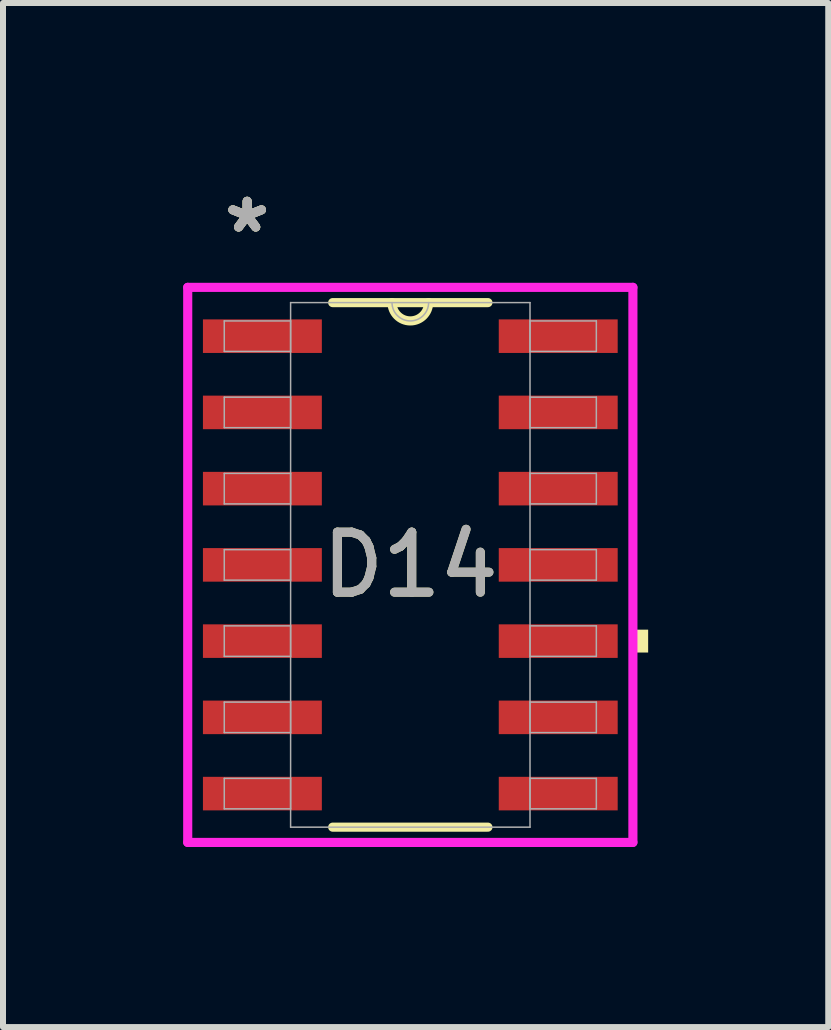
<source format=kicad_pcb>
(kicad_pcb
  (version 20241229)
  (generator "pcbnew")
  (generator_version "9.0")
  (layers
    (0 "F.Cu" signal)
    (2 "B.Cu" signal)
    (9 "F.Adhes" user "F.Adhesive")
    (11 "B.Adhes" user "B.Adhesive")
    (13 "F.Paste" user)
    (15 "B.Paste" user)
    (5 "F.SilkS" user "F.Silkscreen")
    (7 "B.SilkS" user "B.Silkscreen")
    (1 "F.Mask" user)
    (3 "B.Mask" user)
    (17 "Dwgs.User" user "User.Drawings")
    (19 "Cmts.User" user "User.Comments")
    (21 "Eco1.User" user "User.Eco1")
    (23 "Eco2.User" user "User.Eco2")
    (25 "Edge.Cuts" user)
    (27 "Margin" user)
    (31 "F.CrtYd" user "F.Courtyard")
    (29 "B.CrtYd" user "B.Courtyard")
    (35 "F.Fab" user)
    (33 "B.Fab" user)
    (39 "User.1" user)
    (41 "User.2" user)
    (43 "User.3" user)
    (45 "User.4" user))
  (footprint "D14"
    (layer "F.Cu")
    (at 3.785 6.36)
    (property "Reference" "D14" (at 0 0 0) (unlocked yes) (layer "F.SilkS") (effects (font (size 1 1) (thickness 0.15))))
    (attr smd)
    (fp_line (start -1.293 4.369) (end 1.293 4.369) (stroke (width 0.152) (type solid)) (layer "F.SilkS"))
    (fp_line (start 1.293 -4.369) (end -1.293 -4.369) (stroke (width 0.152) (type solid)) (layer "F.SilkS"))
    (fp_arc (start 0.3048 -4.3688) (mid 0 -4.064) (end -0.3048 -4.3688) (stroke (width 0.1524) (type solid)) (layer "F.SilkS"))
    (fp_poly (pts (xy 3.962 1.079) (xy 3.962 1.46) (xy 3.708 1.46) (xy 3.708 1.079)) (stroke (width 0) (type solid)) (fill yes) (layer "F.SilkS"))
    (fp_line (start -3.708 -4.623) (end 3.708 -4.623) (stroke (width 0.152) (type solid)) (layer "F.CrtYd"))
    (fp_line (start -3.708 4.623) (end -3.708 -4.623) (stroke (width 0.152) (type solid)) (layer "F.CrtYd"))
    (fp_line (start 3.708 -4.623) (end 3.708 4.623) (stroke (width 0.152) (type solid)) (layer "F.CrtYd"))
    (fp_line (start 3.708 4.623) (end -3.708 4.623) (stroke (width 0.152) (type solid)) (layer "F.CrtYd"))
    (fp_line (start -3.099 -4.064) (end -3.099 -3.556) (stroke (width 0.025) (type solid)) (layer "F.Fab"))
    (fp_line (start -3.099 -3.556) (end -1.994 -3.556) (stroke (width 0.025) (type solid)) (layer "F.Fab"))
    (fp_line (start -3.099 -2.794) (end -3.099 -2.286) (stroke (width 0.025) (type solid)) (layer "F.Fab"))
    (fp_line (start -3.099 -2.286) (end -1.994 -2.286) (stroke (width 0.025) (type solid)) (layer "F.Fab"))
    (fp_line (start -3.099 -1.524) (end -3.099 -1.016) (stroke (width 0.025) (type solid)) (layer "F.Fab"))
    (fp_line (start -3.099 -1.016) (end -1.994 -1.016) (stroke (width 0.025) (type solid)) (layer "F.Fab"))
    (fp_line (start -3.099 -0.254) (end -3.099 0.254) (stroke (width 0.025) (type solid)) (layer "F.Fab"))
    (fp_line (start -3.099 0.254) (end -1.994 0.254) (stroke (width 0.025) (type solid)) (layer "F.Fab"))
    (fp_line (start -3.099 1.016) (end -3.099 1.524) (stroke (width 0.025) (type solid)) (layer "F.Fab"))
    (fp_line (start -3.099 1.524) (end -1.994 1.524) (stroke (width 0.025) (type solid)) (layer "F.Fab"))
    (fp_line (start -3.099 2.286) (end -3.099 2.794) (stroke (width 0.025) (type solid)) (layer "F.Fab"))
    (fp_line (start -3.099 2.794) (end -1.994 2.794) (stroke (width 0.025) (type solid)) (layer "F.Fab"))
    (fp_line (start -3.099 3.556) (end -3.099 4.064) (stroke (width 0.025) (type solid)) (layer "F.Fab"))
    (fp_line (start -3.099 4.064) (end -1.994 4.064) (stroke (width 0.025) (type solid)) (layer "F.Fab"))
    (fp_line (start -1.994 -4.369) (end -1.994 4.369) (stroke (width 0.025) (type solid)) (layer "F.Fab"))
    (fp_line (start -1.994 -4.064) (end -3.099 -4.064) (stroke (width 0.025) (type solid)) (layer "F.Fab"))
    (fp_line (start -1.994 -3.556) (end -1.994 -4.064) (stroke (width 0.025) (type solid)) (layer "F.Fab"))
    (fp_line (start -1.994 -2.794) (end -3.099 -2.794) (stroke (width 0.025) (type solid)) (layer "F.Fab"))
    (fp_line (start -1.994 -2.286) (end -1.994 -2.794) (stroke (width 0.025) (type solid)) (layer "F.Fab"))
    (fp_line (start -1.994 -1.524) (end -3.099 -1.524) (stroke (width 0.025) (type solid)) (layer "F.Fab"))
    (fp_line (start -1.994 -1.016) (end -1.994 -1.524) (stroke (width 0.025) (type solid)) (layer "F.Fab"))
    (fp_line (start -1.994 -0.254) (end -3.099 -0.254) (stroke (width 0.025) (type solid)) (layer "F.Fab"))
    (fp_line (start -1.994 0.254) (end -1.994 -0.254) (stroke (width 0.025) (type solid)) (layer "F.Fab"))
    (fp_line (start -1.994 1.016) (end -3.099 1.016) (stroke (width 0.025) (type solid)) (layer "F.Fab"))
    (fp_line (start -1.994 1.524) (end -1.994 1.016) (stroke (width 0.025) (type solid)) (layer "F.Fab"))
    (fp_line (start -1.994 2.286) (end -3.099 2.286) (stroke (width 0.025) (type solid)) (layer "F.Fab"))
    (fp_line (start -1.994 2.794) (end -1.994 2.286) (stroke (width 0.025) (type solid)) (layer "F.Fab"))
    (fp_line (start -1.994 3.556) (end -3.099 3.556) (stroke (width 0.025) (type solid)) (layer "F.Fab"))
    (fp_line (start -1.994 4.064) (end -1.994 3.556) (stroke (width 0.025) (type solid)) (layer "F.Fab"))
    (fp_line (start -1.994 4.369) (end 1.994 4.369) (stroke (width 0.025) (type solid)) (layer "F.Fab"))
    (fp_line (start 1.994 -4.369) (end -1.994 -4.369) (stroke (width 0.025) (type solid)) (layer "F.Fab"))
    (fp_line (start 1.994 -4.064) (end 1.994 -3.556) (stroke (width 0.025) (type solid)) (layer "F.Fab"))
    (fp_line (start 1.994 -3.556) (end 3.099 -3.556) (stroke (width 0.025) (type solid)) (layer "F.Fab"))
    (fp_line (start 1.994 -2.794) (end 1.994 -2.286) (stroke (width 0.025) (type solid)) (layer "F.Fab"))
    (fp_line (start 1.994 -2.286) (end 3.099 -2.286) (stroke (width 0.025) (type solid)) (layer "F.Fab"))
    (fp_line (start 1.994 -1.524) (end 1.994 -1.016) (stroke (width 0.025) (type solid)) (layer "F.Fab"))
    (fp_line (start 1.994 -1.016) (end 3.099 -1.016) (stroke (width 0.025) (type solid)) (layer "F.Fab"))
    (fp_line (start 1.994 -0.254) (end 1.994 0.254) (stroke (width 0.025) (type solid)) (layer "F.Fab"))
    (fp_line (start 1.994 0.254) (end 3.099 0.254) (stroke (width 0.025) (type solid)) (layer "F.Fab"))
    (fp_line (start 1.994 1.016) (end 1.994 1.524) (stroke (width 0.025) (type solid)) (layer "F.Fab"))
    (fp_line (start 1.994 1.524) (end 3.099 1.524) (stroke (width 0.025) (type solid)) (layer "F.Fab"))
    (fp_line (start 1.994 2.286) (end 1.994 2.794) (stroke (width 0.025) (type solid)) (layer "F.Fab"))
    (fp_line (start 1.994 2.794) (end 3.099 2.794) (stroke (width 0.025) (type solid)) (layer "F.Fab"))
    (fp_line (start 1.994 3.556) (end 1.994 4.064) (stroke (width 0.025) (type solid)) (layer "F.Fab"))
    (fp_line (start 1.994 4.064) (end 3.099 4.064) (stroke (width 0.025) (type solid)) (layer "F.Fab"))
    (fp_line (start 1.994 4.369) (end 1.994 -4.369) (stroke (width 0.025) (type solid)) (layer "F.Fab"))
    (fp_line (start 3.099 -4.064) (end 1.994 -4.064) (stroke (width 0.025) (type solid)) (layer "F.Fab"))
    (fp_line (start 3.099 -3.556) (end 3.099 -4.064) (stroke (width 0.025) (type solid)) (layer "F.Fab"))
    (fp_line (start 3.099 -2.794) (end 1.994 -2.794) (stroke (width 0.025) (type solid)) (layer "F.Fab"))
    (fp_line (start 3.099 -2.286) (end 3.099 -2.794) (stroke (width 0.025) (type solid)) (layer "F.Fab"))
    (fp_line (start 3.099 -1.524) (end 1.994 -1.524) (stroke (width 0.025) (type solid)) (layer "F.Fab"))
    (fp_line (start 3.099 -1.016) (end 3.099 -1.524) (stroke (width 0.025) (type solid)) (layer "F.Fab"))
    (fp_line (start 3.099 -0.254) (end 1.994 -0.254) (stroke (width 0.025) (type solid)) (layer "F.Fab"))
    (fp_line (start 3.099 0.254) (end 3.099 -0.254) (stroke (width 0.025) (type solid)) (layer "F.Fab"))
    (fp_line (start 3.099 1.016) (end 1.994 1.016) (stroke (width 0.025) (type solid)) (layer "F.Fab"))
    (fp_line (start 3.099 1.524) (end 3.099 1.016) (stroke (width 0.025) (type solid)) (layer "F.Fab"))
    (fp_line (start 3.099 2.286) (end 1.994 2.286) (stroke (width 0.025) (type solid)) (layer "F.Fab"))
    (fp_line (start 3.099 2.794) (end 3.099 2.286) (stroke (width 0.025) (type solid)) (layer "F.Fab"))
    (fp_line (start 3.099 3.556) (end 1.994 3.556) (stroke (width 0.025) (type solid)) (layer "F.Fab"))
    (fp_line (start 3.099 4.064) (end 3.099 3.556) (stroke (width 0.025) (type solid)) (layer "F.Fab"))
    (fp_arc (start 0.3048 -4.3688) (mid 0 -4.064) (end -0.3048 -4.3688) (stroke (width 0.0254) (type solid)) (layer "F.Fab"))
    (fp_text user "*" (at -2.718 -5.512 0) (layer "F.SilkS") (effects (font (size 1 1) (thickness 0.15))))
    (fp_text user "*" (at -2.718 -5.512 0) (unlocked yes) (layer "F.SilkS") (effects (font (size 1 1) (thickness 0.15))))
    (fp_text user "*" (at -2.718 -5.512 0) (layer "F.Fab") (effects (font (size 1 1) (thickness 0.15))))
    (fp_text user "${REFERENCE}" (at 0 0 0) (unlocked yes) (layer "F.Fab") (effects (font (size 1 1) (thickness 0.15))))
    (fp_text user "*" (at -2.718 -5.512 0) (unlocked yes) (layer "F.Fab") (effects (font (size 1 1) (thickness 0.15))))
    (pad "1" smd rect (at -2.464 -3.81) (size 1.981 0.559) (layers "F.Cu" "F.Mask" "F.Paste"))
    (pad "2" smd rect (at -2.464 -2.54) (size 1.981 0.559) (layers "F.Cu" "F.Mask" "F.Paste"))
    (pad "3" smd rect (at -2.464 -1.27) (size 1.981 0.559) (layers "F.Cu" "F.Mask" "F.Paste"))
    (pad "4" smd rect (at -2.464 0) (size 1.981 0.559) (layers "F.Cu" "F.Mask" "F.Paste"))
    (pad "5" smd rect (at -2.464 1.27) (size 1.981 0.559) (layers "F.Cu" "F.Mask" "F.Paste"))
    (pad "6" smd rect (at -2.464 2.54) (size 1.981 0.559) (layers "F.Cu" "F.Mask" "F.Paste"))
    (pad "7" smd rect (at -2.464 3.81) (size 1.981 0.559) (layers "F.Cu" "F.Mask" "F.Paste"))
    (pad "8" smd rect (at 2.464 3.81) (size 1.981 0.559) (layers "F.Cu" "F.Mask" "F.Paste"))
    (pad "9" smd rect (at 2.464 2.54) (size 1.981 0.559) (layers "F.Cu" "F.Mask" "F.Paste"))
    (pad "10" smd rect (at 2.464 1.27) (size 1.981 0.559) (layers "F.Cu" "F.Mask" "F.Paste"))
    (pad "11" smd rect (at 2.464 0) (size 1.981 0.559) (layers "F.Cu" "F.Mask" "F.Paste"))
    (pad "12" smd rect (at 2.464 -1.27) (size 1.981 0.559) (layers "F.Cu" "F.Mask" "F.Paste"))
    (pad "13" smd rect (at 2.464 -2.54) (size 1.981 0.559) (layers "F.Cu" "F.Mask" "F.Paste"))
    (pad "14" smd rect (at 2.464 -3.81) (size 1.981 0.559) (layers "F.Cu" "F.Mask" "F.Paste")))
  (gr_rect
    (start -3 -3)
    (end 10.747 14.059)
    (stroke (width 0.1) (type default))
    (fill no)
    (layer "Edge.Cuts")))
</source>
